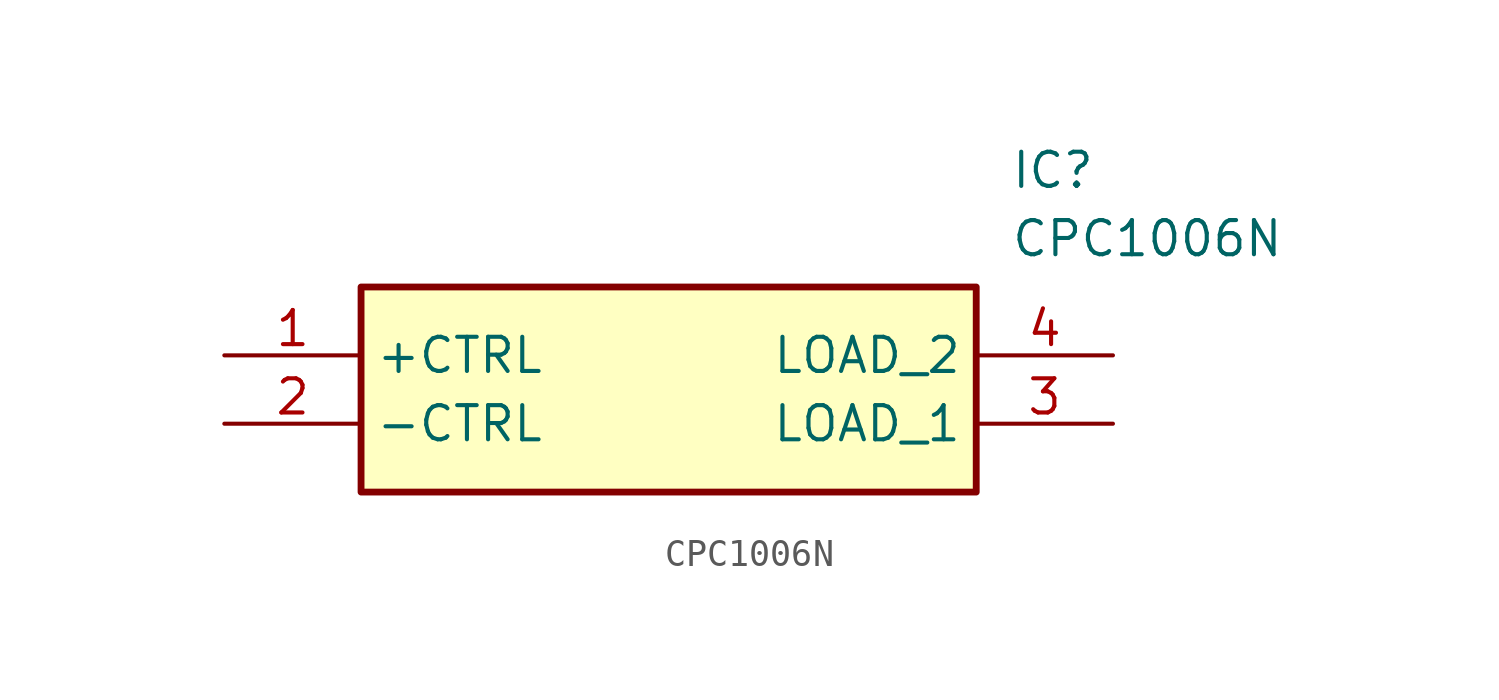
<source format=kicad_sym>
(kicad_symbol_lib
  (version 20211014)
  (generator SamacSys_ECAD_Model)
  (symbol "CPC1006N"
    (property "Reference" "IC"
      (at 29.21 7.62 0)
      (effects (font (size 1.27 1.27)) (justify left top)))
    (property "Value" "CPC1006N"
      (at 29.21 5.08 0)
      (effects (font (size 1.27 1.27)) (justify left top)))
    (rectangle
      (start 5.08 2.54)
      (end 27.94 -5.08)
      (stroke (width 0.254) (type default))
      (fill (type background)))
    (pin passive line
      (at 0 0 0)
      (length 5.08)
      (name "+CTRL" (effects (font (size 1.27 1.27))))
      (number "1" (effects (font (size 1.27 1.27)))))
    (pin passive line
      (at 0 -2.54 0)
      (length 5.08)
      (name "-CTRL" (effects (font (size 1.27 1.27))))
      (number "2" (effects (font (size 1.27 1.27)))))
    (pin passive line
      (at 33.02 0 180)
      (length 5.08)
      (name "LOAD_2" (effects (font (size 1.27 1.27))))
      (number "4" (effects (font (size 1.27 1.27)))))
    (pin passive line
      (at 33.02 -2.54 180)
      (length 5.08)
      (name "LOAD_1" (effects (font (size 1.27 1.27))))
      (number "3" (effects (font (size 1.27 1.27)))))))
</source>
